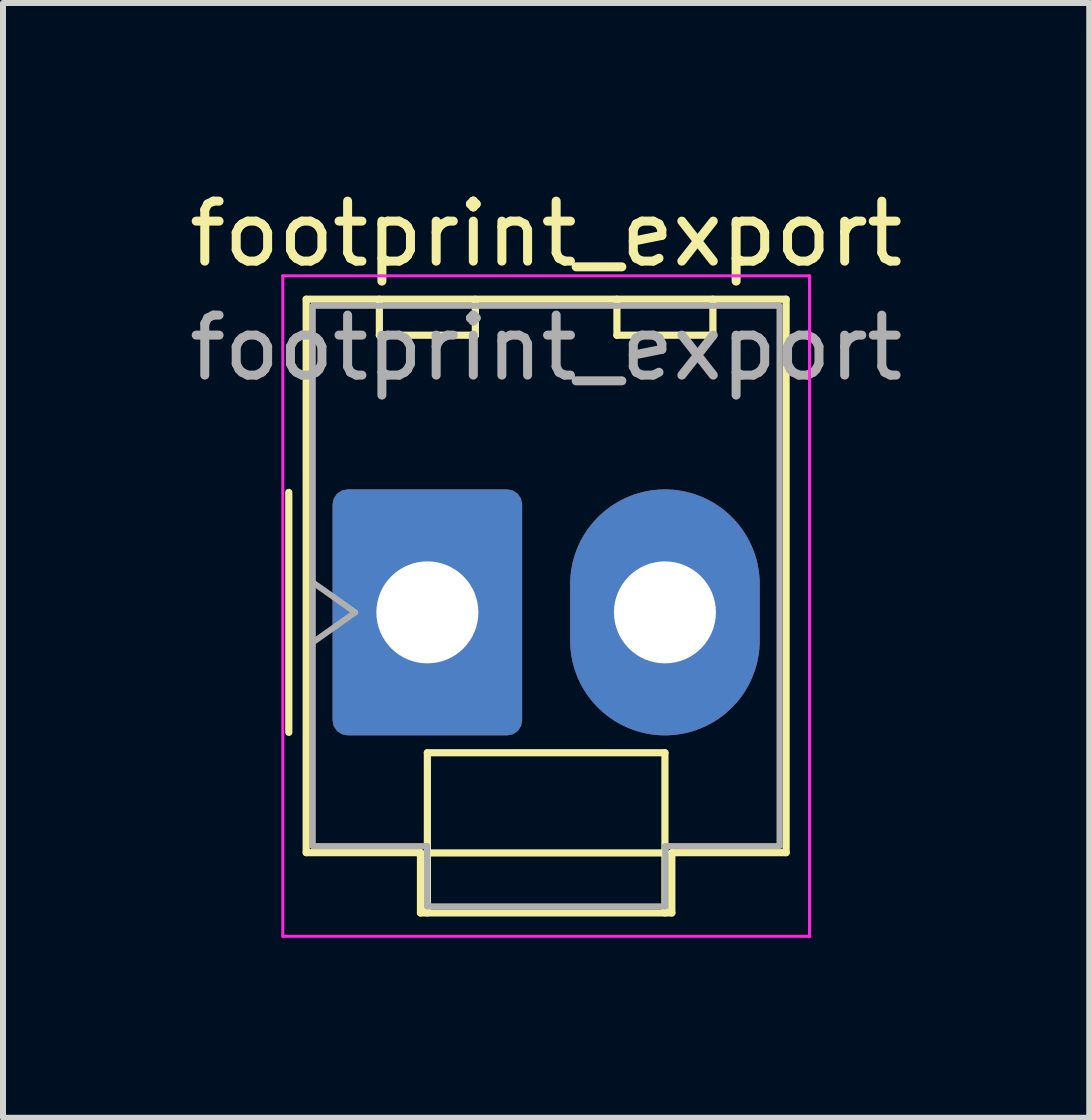
<source format=kicad_pcb>
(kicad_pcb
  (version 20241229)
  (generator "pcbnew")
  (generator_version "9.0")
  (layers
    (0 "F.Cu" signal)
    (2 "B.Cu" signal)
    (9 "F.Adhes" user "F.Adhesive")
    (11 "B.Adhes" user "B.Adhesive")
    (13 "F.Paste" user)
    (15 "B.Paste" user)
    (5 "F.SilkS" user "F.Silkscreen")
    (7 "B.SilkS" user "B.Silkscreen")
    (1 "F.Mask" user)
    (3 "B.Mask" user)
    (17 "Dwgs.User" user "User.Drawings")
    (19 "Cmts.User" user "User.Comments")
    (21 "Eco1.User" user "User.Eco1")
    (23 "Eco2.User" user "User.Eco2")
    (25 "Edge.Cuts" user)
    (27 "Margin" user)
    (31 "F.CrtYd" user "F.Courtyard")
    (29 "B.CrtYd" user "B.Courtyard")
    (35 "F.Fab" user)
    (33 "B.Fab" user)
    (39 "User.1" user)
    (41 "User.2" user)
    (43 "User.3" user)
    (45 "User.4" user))
  (footprint "footprint_export"
    (layer "F.Cu")
    (at 4.074 7.158)
    (property "Reference" "footprint_export" (at 1.98 -6.31 0) (layer "F.SilkS") (effects (font (size 1 1) (thickness 0.15))))
    (attr through_hole)
    (fp_line (start -2.31 -2) (end -2.31 2) (stroke (width 0.12) (type solid)) (layer "F.SilkS"))
    (fp_line (start -2.02 -5.22) (end 5.98 -5.22) (stroke (width 0.12) (type solid)) (layer "F.SilkS"))
    (fp_line (start -2.02 4.005) (end -2.02 -5.22) (stroke (width 0.12) (type solid)) (layer "F.SilkS"))
    (fp_line (start -0.8 -5.22) (end -0.8 -4.62) (stroke (width 0.12) (type solid)) (layer "F.SilkS"))
    (fp_line (start -0.8 -4.62) (end 0.8 -4.62) (stroke (width 0.12) (type solid)) (layer "F.SilkS"))
    (fp_line (start -0.115 4.005) (end -2.02 4.005) (stroke (width 0.12) (type solid)) (layer "F.SilkS"))
    (fp_line (start -0.115 5.01) (end -0.115 4.005) (stroke (width 0.12) (type solid)) (layer "F.SilkS"))
    (fp_line (start 0 2.34) (end 3.96 2.34) (stroke (width 0.12) (type solid)) (layer "F.SilkS"))
    (fp_line (start 0 4.01) (end 0 2.34) (stroke (width 0.12) (type solid)) (layer "F.SilkS"))
    (fp_line (start 0 4.01) (end 3.96 4.01) (stroke (width 0.12) (type solid)) (layer "F.SilkS"))
    (fp_line (start 0 5.01) (end 0 4.01) (stroke (width 0.12) (type solid)) (layer "F.SilkS"))
    (fp_line (start 0.8 -4.62) (end 0.8 -5.22) (stroke (width 0.12) (type solid)) (layer "F.SilkS"))
    (fp_line (start 3.16 -5.22) (end 3.16 -4.62) (stroke (width 0.12) (type solid)) (layer "F.SilkS"))
    (fp_line (start 3.16 -4.62) (end 4.76 -4.62) (stroke (width 0.12) (type solid)) (layer "F.SilkS"))
    (fp_line (start 3.96 2.34) (end 3.96 4.01) (stroke (width 0.12) (type solid)) (layer "F.SilkS"))
    (fp_line (start 3.96 4.01) (end 3.96 5.01) (stroke (width 0.12) (type solid)) (layer "F.SilkS"))
    (fp_line (start 4.075 4.005) (end 4.075 5.01) (stroke (width 0.12) (type solid)) (layer "F.SilkS"))
    (fp_line (start 4.075 5.01) (end -0.115 5.01) (stroke (width 0.12) (type solid)) (layer "F.SilkS"))
    (fp_line (start 4.76 -4.62) (end 4.76 -5.22) (stroke (width 0.12) (type solid)) (layer "F.SilkS"))
    (fp_line (start 5.98 -5.22) (end 5.98 4.005) (stroke (width 0.12) (type solid)) (layer "F.SilkS"))
    (fp_line (start 5.98 4.005) (end 4.075 4.005) (stroke (width 0.12) (type solid)) (layer "F.SilkS"))
    (fp_line (start -2.41 -5.61) (end -2.41 5.4) (stroke (width 0.05) (type solid)) (layer "F.CrtYd"))
    (fp_line (start -2.41 5.4) (end 6.37 5.4) (stroke (width 0.05) (type solid)) (layer "F.CrtYd"))
    (fp_line (start 6.37 -5.61) (end -2.41 -5.61) (stroke (width 0.05) (type solid)) (layer "F.CrtYd"))
    (fp_line (start 6.37 5.4) (end 6.37 -5.61) (stroke (width 0.05) (type solid)) (layer "F.CrtYd"))
    (fp_line (start -1.91 -5.11) (end 5.87 -5.11) (stroke (width 0.1) (type solid)) (layer "F.Fab"))
    (fp_line (start -1.91 -0.5) (end -1.203 0) (stroke (width 0.1) (type solid)) (layer "F.Fab"))
    (fp_line (start -1.91 3.895) (end -1.91 -5.11) (stroke (width 0.1) (type solid)) (layer "F.Fab"))
    (fp_line (start -1.203 0) (end -1.91 0.5) (stroke (width 0.1) (type solid)) (layer "F.Fab"))
    (fp_line (start -0.005 3.895) (end -1.91 3.895) (stroke (width 0.1) (type solid)) (layer "F.Fab"))
    (fp_line (start -0.005 4.9) (end -0.005 3.895) (stroke (width 0.1) (type solid)) (layer "F.Fab"))
    (fp_line (start 3.965 3.895) (end 3.965 4.9) (stroke (width 0.1) (type solid)) (layer "F.Fab"))
    (fp_line (start 3.965 4.9) (end -0.005 4.9) (stroke (width 0.1) (type solid)) (layer "F.Fab"))
    (fp_line (start 5.87 -5.11) (end 5.87 3.895) (stroke (width 0.1) (type solid)) (layer "F.Fab"))
    (fp_line (start 5.87 3.895) (end 3.965 3.895) (stroke (width 0.1) (type solid)) (layer "F.Fab"))
    (fp_text user "${REFERENCE}" (at 1.98 -4.41 0) (layer "F.Fab") (effects (font (size 1 1) (thickness 0.15))))
    (pad "1" thru_hole roundrect (at 0 0) (size 3.16 4.1) (drill 1.7) (layers "*.Cu" "*.Mask") (roundrect_rratio 0.079))
    (pad "2" thru_hole oval (at 3.96 0) (size 3.16 4.1) (drill 1.7) (layers "*.Cu" "*.Mask")))
  (gr_rect
    (start -3 -3)
    (end 15.107 15.583)
    (stroke (width 0.1) (type default))
    (fill no)
    (layer "Edge.Cuts")))
</source>
